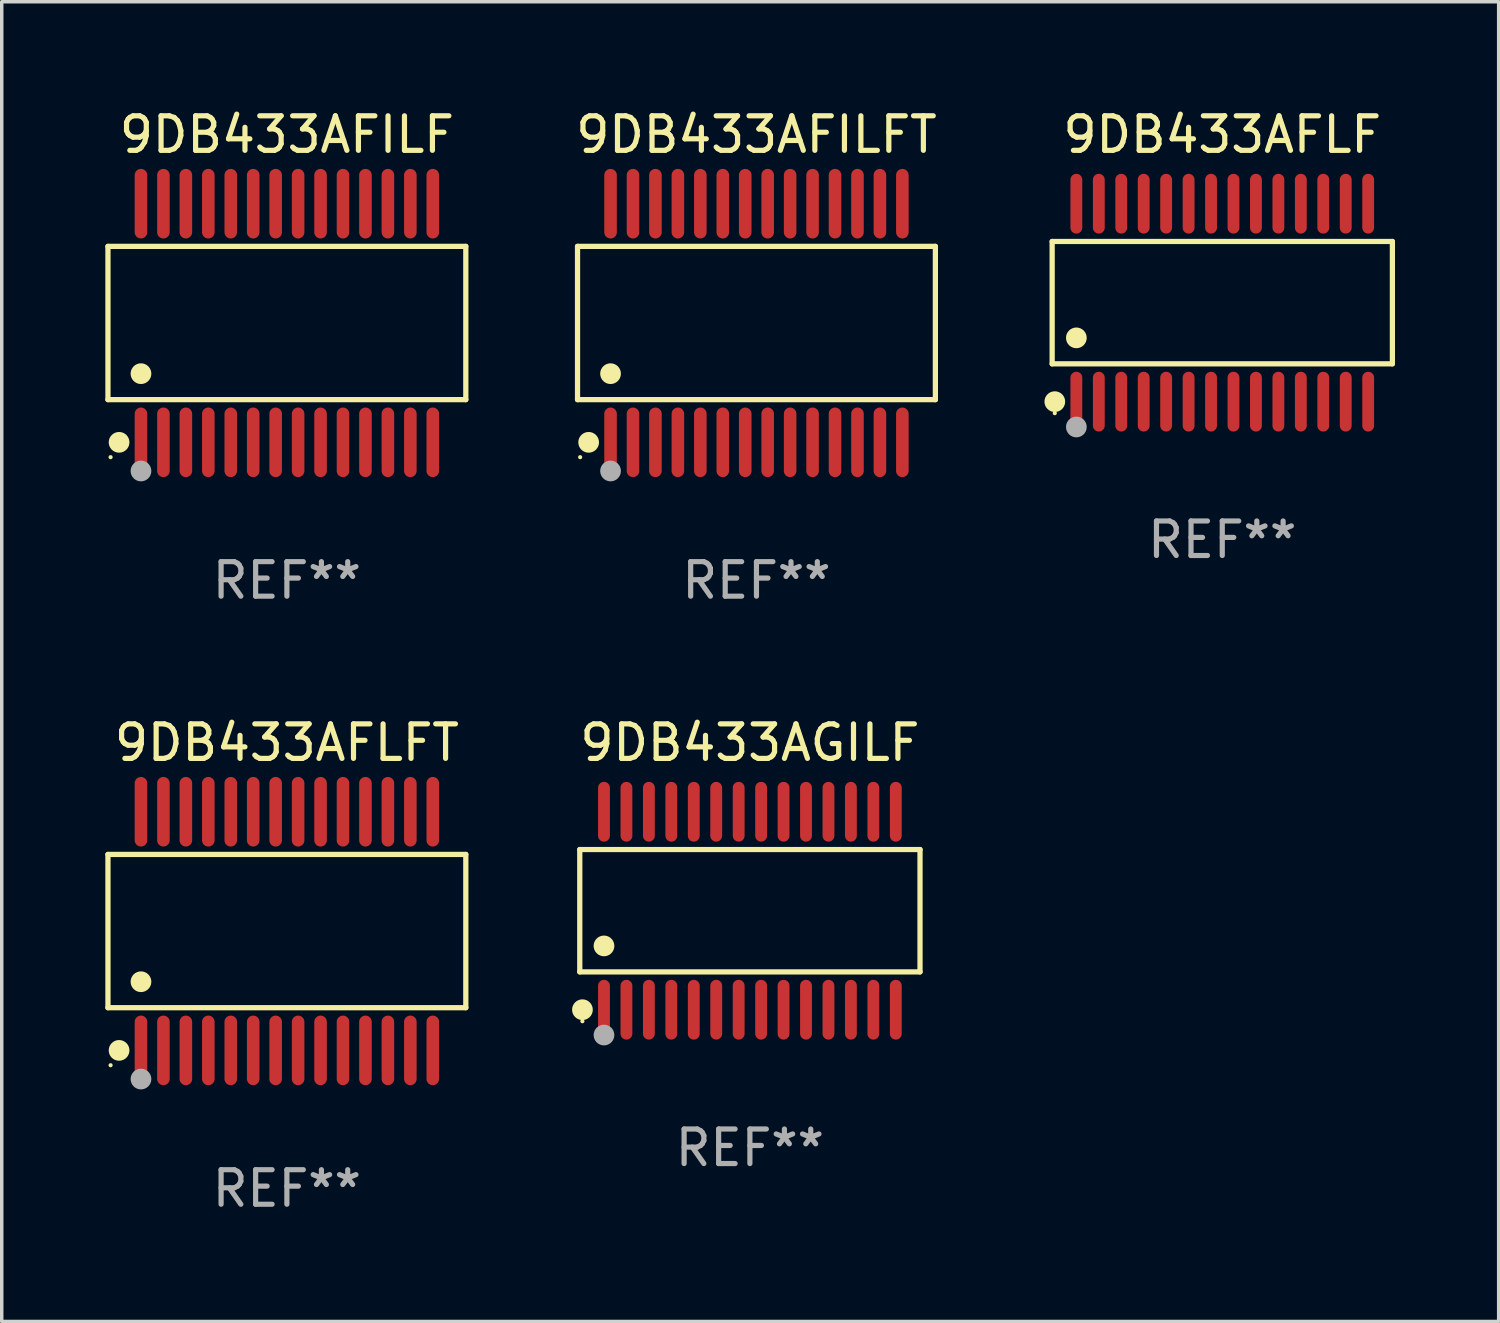
<source format=kicad_pcb>
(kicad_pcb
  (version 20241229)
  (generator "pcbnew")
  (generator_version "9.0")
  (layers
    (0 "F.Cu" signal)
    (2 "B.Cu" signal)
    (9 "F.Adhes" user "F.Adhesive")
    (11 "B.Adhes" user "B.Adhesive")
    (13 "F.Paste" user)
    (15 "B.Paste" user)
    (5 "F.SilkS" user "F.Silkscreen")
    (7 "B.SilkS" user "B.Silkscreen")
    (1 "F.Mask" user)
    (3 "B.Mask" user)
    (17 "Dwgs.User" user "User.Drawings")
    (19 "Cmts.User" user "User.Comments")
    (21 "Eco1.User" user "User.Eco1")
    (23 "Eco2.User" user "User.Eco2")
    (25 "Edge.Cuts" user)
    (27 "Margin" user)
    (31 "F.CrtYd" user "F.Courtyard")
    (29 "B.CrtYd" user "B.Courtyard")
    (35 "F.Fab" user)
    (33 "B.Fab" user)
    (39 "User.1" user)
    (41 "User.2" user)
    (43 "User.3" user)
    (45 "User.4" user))
  (footprint "9DB433AFILF"
    (layer "F.Cu")
    (at 5.257 6.303)
    (property "Reference" "9DB433AFILF" (at 0 -5.455 0) (layer "F.SilkS") (effects (font (size 1 1) (thickness 0.15))))
    (attr through_hole)
    (fp_line (start -5.181 -2.219) (end 5.181 -2.219) (stroke (width 0.152) (type solid)) (layer "F.SilkS"))
    (fp_line (start -5.181 2.219) (end -5.181 -2.219) (stroke (width 0.152) (type solid)) (layer "F.SilkS"))
    (fp_line (start 5.181 -2.219) (end 5.181 2.219) (stroke (width 0.152) (type solid)) (layer "F.SilkS"))
    (fp_line (start 5.181 2.219) (end -5.181 2.219) (stroke (width 0.152) (type solid)) (layer "F.SilkS"))
    (fp_circle (center -5.105 3.885) (end -5.075 3.885) (stroke (width 0.06) (type solid)) (fill no) (layer "F.SilkS"))
    (fp_circle (center -4.859 3.455) (end -4.709 3.455) (stroke (width 0.3) (type solid)) (fill no) (layer "F.SilkS"))
    (fp_circle (center -4.225 1.467) (end -4.075 1.467) (stroke (width 0.3) (type solid)) (fill no) (layer "F.SilkS"))
    (fp_circle (center -4.225 4.285) (end -4.075 4.285) (stroke (width 0.3) (type solid)) (fill no) (layer "F.Fab"))
    (fp_text user "REF**" (at 0 7.455 0) (layer "F.Fab") (effects (font (size 1 1) (thickness 0.15))))
    (pad "1" smd oval (at -4.225 3.455) (size 0.364 2.015) (layers "F.Cu" "F.Mask" "F.Paste"))
    (pad "2" smd oval (at -3.575 3.455) (size 0.364 2.015) (layers "F.Cu" "F.Mask" "F.Paste"))
    (pad "3" smd oval (at -2.925 3.455) (size 0.364 2.015) (layers "F.Cu" "F.Mask" "F.Paste"))
    (pad "4" smd oval (at -2.275 3.455) (size 0.364 2.015) (layers "F.Cu" "F.Mask" "F.Paste"))
    (pad "5" smd oval (at -1.625 3.455) (size 0.364 2.015) (layers "F.Cu" "F.Mask" "F.Paste"))
    (pad "6" smd oval (at -0.975 3.455) (size 0.364 2.015) (layers "F.Cu" "F.Mask" "F.Paste"))
    (pad "7" smd oval (at -0.325 3.455) (size 0.364 2.015) (layers "F.Cu" "F.Mask" "F.Paste"))
    (pad "8" smd oval (at 0.325 3.455) (size 0.364 2.015) (layers "F.Cu" "F.Mask" "F.Paste"))
    (pad "9" smd oval (at 0.975 3.455) (size 0.364 2.015) (layers "F.Cu" "F.Mask" "F.Paste"))
    (pad "10" smd oval (at 1.625 3.455) (size 0.364 2.015) (layers "F.Cu" "F.Mask" "F.Paste"))
    (pad "11" smd oval (at 2.275 3.455) (size 0.364 2.015) (layers "F.Cu" "F.Mask" "F.Paste"))
    (pad "12" smd oval (at 2.925 3.455) (size 0.364 2.015) (layers "F.Cu" "F.Mask" "F.Paste"))
    (pad "13" smd oval (at 3.575 3.455) (size 0.364 2.015) (layers "F.Cu" "F.Mask" "F.Paste"))
    (pad "14" smd oval (at 4.225 3.455) (size 0.364 2.015) (layers "F.Cu" "F.Mask" "F.Paste"))
    (pad "15" smd oval (at 4.225 -3.455) (size 0.364 2.015) (layers "F.Cu" "F.Mask" "F.Paste"))
    (pad "16" smd oval (at 3.575 -3.455) (size 0.364 2.015) (layers "F.Cu" "F.Mask" "F.Paste"))
    (pad "17" smd oval (at 2.925 -3.455) (size 0.364 2.015) (layers "F.Cu" "F.Mask" "F.Paste"))
    (pad "18" smd oval (at 2.275 -3.455) (size 0.364 2.015) (layers "F.Cu" "F.Mask" "F.Paste"))
    (pad "19" smd oval (at 1.625 -3.455) (size 0.364 2.015) (layers "F.Cu" "F.Mask" "F.Paste"))
    (pad "20" smd oval (at 0.975 -3.455) (size 0.364 2.015) (layers "F.Cu" "F.Mask" "F.Paste"))
    (pad "21" smd oval (at 0.325 -3.455) (size 0.364 2.015) (layers "F.Cu" "F.Mask" "F.Paste"))
    (pad "22" smd oval (at -0.325 -3.455) (size 0.364 2.015) (layers "F.Cu" "F.Mask" "F.Paste"))
    (pad "23" smd oval (at -0.975 -3.455) (size 0.364 2.015) (layers "F.Cu" "F.Mask" "F.Paste"))
    (pad "24" smd oval (at -1.625 -3.455) (size 0.364 2.015) (layers "F.Cu" "F.Mask" "F.Paste"))
    (pad "25" smd oval (at -2.275 -3.455) (size 0.364 2.015) (layers "F.Cu" "F.Mask" "F.Paste"))
    (pad "26" smd oval (at -2.925 -3.455) (size 0.364 2.015) (layers "F.Cu" "F.Mask" "F.Paste"))
    (pad "27" smd oval (at -3.575 -3.455) (size 0.364 2.015) (layers "F.Cu" "F.Mask" "F.Paste"))
    (pad "28" smd oval (at -4.225 -3.455) (size 0.364 2.015) (layers "F.Cu" "F.Mask" "F.Paste")))
  (footprint "9DB433AGILF"
    (layer "F.Cu")
    (at 18.664 23.321)
    (property "Reference" "9DB433AGILF" (at 0 -4.866 0) (layer "F.SilkS") (effects (font (size 1 1) (thickness 0.15))))
    (attr through_hole)
    (fp_line (start -4.926 -1.772) (end 4.926 -1.772) (stroke (width 0.152) (type solid)) (layer "F.SilkS"))
    (fp_line (start -4.926 1.771) (end -4.926 -1.772) (stroke (width 0.152) (type solid)) (layer "F.SilkS"))
    (fp_line (start 4.926 -1.772) (end 4.926 1.771) (stroke (width 0.152) (type solid)) (layer "F.SilkS"))
    (fp_line (start 4.926 1.771) (end -4.926 1.771) (stroke (width 0.152) (type solid)) (layer "F.SilkS"))
    (fp_circle (center -4.85 3.2) (end -4.82 3.2) (stroke (width 0.06) (type solid)) (fill no) (layer "F.SilkS"))
    (fp_circle (center -4.849 2.866) (end -4.699 2.866) (stroke (width 0.3) (type solid)) (fill no) (layer "F.SilkS"))
    (fp_circle (center -4.225 1.019) (end -4.075 1.019) (stroke (width 0.3) (type solid)) (fill no) (layer "F.SilkS"))
    (fp_circle (center -4.225 3.6) (end -4.075 3.6) (stroke (width 0.3) (type solid)) (fill no) (layer "F.Fab"))
    (fp_text user "REF**" (at 0 6.866 0) (layer "F.Fab") (effects (font (size 1 1) (thickness 0.15))))
    (pad "1" smd oval (at -4.225 2.866) (size 0.343 1.731) (layers "F.Cu" "F.Mask" "F.Paste"))
    (pad "2" smd oval (at -3.575 2.866) (size 0.343 1.731) (layers "F.Cu" "F.Mask" "F.Paste"))
    (pad "3" smd oval (at -2.925 2.866) (size 0.343 1.731) (layers "F.Cu" "F.Mask" "F.Paste"))
    (pad "4" smd oval (at -2.275 2.866) (size 0.343 1.731) (layers "F.Cu" "F.Mask" "F.Paste"))
    (pad "5" smd oval (at -1.625 2.866) (size 0.343 1.731) (layers "F.Cu" "F.Mask" "F.Paste"))
    (pad "6" smd oval (at -0.975 2.866) (size 0.343 1.731) (layers "F.Cu" "F.Mask" "F.Paste"))
    (pad "7" smd oval (at -0.325 2.866) (size 0.343 1.731) (layers "F.Cu" "F.Mask" "F.Paste"))
    (pad "8" smd oval (at 0.325 2.866) (size 0.343 1.731) (layers "F.Cu" "F.Mask" "F.Paste"))
    (pad "9" smd oval (at 0.975 2.866) (size 0.343 1.731) (layers "F.Cu" "F.Mask" "F.Paste"))
    (pad "10" smd oval (at 1.625 2.866) (size 0.343 1.731) (layers "F.Cu" "F.Mask" "F.Paste"))
    (pad "11" smd oval (at 2.275 2.866) (size 0.343 1.731) (layers "F.Cu" "F.Mask" "F.Paste"))
    (pad "12" smd oval (at 2.925 2.866) (size 0.343 1.731) (layers "F.Cu" "F.Mask" "F.Paste"))
    (pad "13" smd oval (at 3.575 2.866) (size 0.343 1.731) (layers "F.Cu" "F.Mask" "F.Paste"))
    (pad "14" smd oval (at 4.225 2.866) (size 0.343 1.731) (layers "F.Cu" "F.Mask" "F.Paste"))
    (pad "15" smd oval (at 4.225 -2.866) (size 0.343 1.731) (layers "F.Cu" "F.Mask" "F.Paste"))
    (pad "16" smd oval (at 3.575 -2.866) (size 0.343 1.731) (layers "F.Cu" "F.Mask" "F.Paste"))
    (pad "17" smd oval (at 2.925 -2.866) (size 0.343 1.731) (layers "F.Cu" "F.Mask" "F.Paste"))
    (pad "18" smd oval (at 2.275 -2.866) (size 0.343 1.731) (layers "F.Cu" "F.Mask" "F.Paste"))
    (pad "19" smd oval (at 1.625 -2.866) (size 0.343 1.731) (layers "F.Cu" "F.Mask" "F.Paste"))
    (pad "20" smd oval (at 0.975 -2.866) (size 0.343 1.731) (layers "F.Cu" "F.Mask" "F.Paste"))
    (pad "21" smd oval (at 0.325 -2.866) (size 0.343 1.731) (layers "F.Cu" "F.Mask" "F.Paste"))
    (pad "22" smd oval (at -0.325 -2.866) (size 0.343 1.731) (layers "F.Cu" "F.Mask" "F.Paste"))
    (pad "23" smd oval (at -0.975 -2.866) (size 0.343 1.731) (layers "F.Cu" "F.Mask" "F.Paste"))
    (pad "24" smd oval (at -1.625 -2.866) (size 0.343 1.731) (layers "F.Cu" "F.Mask" "F.Paste"))
    (pad "25" smd oval (at -2.275 -2.866) (size 0.343 1.731) (layers "F.Cu" "F.Mask" "F.Paste"))
    (pad "26" smd oval (at -2.925 -2.866) (size 0.343 1.731) (layers "F.Cu" "F.Mask" "F.Paste"))
    (pad "27" smd oval (at -3.575 -2.866) (size 0.343 1.731) (layers "F.Cu" "F.Mask" "F.Paste"))
    (pad "28" smd oval (at -4.225 -2.866) (size 0.343 1.731) (layers "F.Cu" "F.Mask" "F.Paste")))
  (footprint "9DB433AFLF"
    (layer "F.Cu")
    (at 32.342 5.714)
    (property "Reference" "9DB433AFLF" (at 0 -4.866 0) (layer "F.SilkS") (effects (font (size 1 1) (thickness 0.15))))
    (attr through_hole)
    (fp_line (start -4.926 -1.772) (end 4.926 -1.772) (stroke (width 0.152) (type solid)) (layer "F.SilkS"))
    (fp_line (start -4.926 1.771) (end -4.926 -1.772) (stroke (width 0.152) (type solid)) (layer "F.SilkS"))
    (fp_line (start 4.926 -1.772) (end 4.926 1.771) (stroke (width 0.152) (type solid)) (layer "F.SilkS"))
    (fp_line (start 4.926 1.771) (end -4.926 1.771) (stroke (width 0.152) (type solid)) (layer "F.SilkS"))
    (fp_circle (center -4.85 3.2) (end -4.82 3.2) (stroke (width 0.06) (type solid)) (fill no) (layer "F.SilkS"))
    (fp_circle (center -4.849 2.866) (end -4.699 2.866) (stroke (width 0.3) (type solid)) (fill no) (layer "F.SilkS"))
    (fp_circle (center -4.225 1.019) (end -4.075 1.019) (stroke (width 0.3) (type solid)) (fill no) (layer "F.SilkS"))
    (fp_circle (center -4.225 3.6) (end -4.075 3.6) (stroke (width 0.3) (type solid)) (fill no) (layer "F.Fab"))
    (fp_text user "REF**" (at 0 6.866 0) (layer "F.Fab") (effects (font (size 1 1) (thickness 0.15))))
    (pad "1" smd oval (at -4.225 2.866) (size 0.343 1.731) (layers "F.Cu" "F.Mask" "F.Paste"))
    (pad "2" smd oval (at -3.575 2.866) (size 0.343 1.731) (layers "F.Cu" "F.Mask" "F.Paste"))
    (pad "3" smd oval (at -2.925 2.866) (size 0.343 1.731) (layers "F.Cu" "F.Mask" "F.Paste"))
    (pad "4" smd oval (at -2.275 2.866) (size 0.343 1.731) (layers "F.Cu" "F.Mask" "F.Paste"))
    (pad "5" smd oval (at -1.625 2.866) (size 0.343 1.731) (layers "F.Cu" "F.Mask" "F.Paste"))
    (pad "6" smd oval (at -0.975 2.866) (size 0.343 1.731) (layers "F.Cu" "F.Mask" "F.Paste"))
    (pad "7" smd oval (at -0.325 2.866) (size 0.343 1.731) (layers "F.Cu" "F.Mask" "F.Paste"))
    (pad "8" smd oval (at 0.325 2.866) (size 0.343 1.731) (layers "F.Cu" "F.Mask" "F.Paste"))
    (pad "9" smd oval (at 0.975 2.866) (size 0.343 1.731) (layers "F.Cu" "F.Mask" "F.Paste"))
    (pad "10" smd oval (at 1.625 2.866) (size 0.343 1.731) (layers "F.Cu" "F.Mask" "F.Paste"))
    (pad "11" smd oval (at 2.275 2.866) (size 0.343 1.731) (layers "F.Cu" "F.Mask" "F.Paste"))
    (pad "12" smd oval (at 2.925 2.866) (size 0.343 1.731) (layers "F.Cu" "F.Mask" "F.Paste"))
    (pad "13" smd oval (at 3.575 2.866) (size 0.343 1.731) (layers "F.Cu" "F.Mask" "F.Paste"))
    (pad "14" smd oval (at 4.225 2.866) (size 0.343 1.731) (layers "F.Cu" "F.Mask" "F.Paste"))
    (pad "15" smd oval (at 4.225 -2.866) (size 0.343 1.731) (layers "F.Cu" "F.Mask" "F.Paste"))
    (pad "16" smd oval (at 3.575 -2.866) (size 0.343 1.731) (layers "F.Cu" "F.Mask" "F.Paste"))
    (pad "17" smd oval (at 2.925 -2.866) (size 0.343 1.731) (layers "F.Cu" "F.Mask" "F.Paste"))
    (pad "18" smd oval (at 2.275 -2.866) (size 0.343 1.731) (layers "F.Cu" "F.Mask" "F.Paste"))
    (pad "19" smd oval (at 1.625 -2.866) (size 0.343 1.731) (layers "F.Cu" "F.Mask" "F.Paste"))
    (pad "20" smd oval (at 0.975 -2.866) (size 0.343 1.731) (layers "F.Cu" "F.Mask" "F.Paste"))
    (pad "21" smd oval (at 0.325 -2.866) (size 0.343 1.731) (layers "F.Cu" "F.Mask" "F.Paste"))
    (pad "22" smd oval (at -0.325 -2.866) (size 0.343 1.731) (layers "F.Cu" "F.Mask" "F.Paste"))
    (pad "23" smd oval (at -0.975 -2.866) (size 0.343 1.731) (layers "F.Cu" "F.Mask" "F.Paste"))
    (pad "24" smd oval (at -1.625 -2.866) (size 0.343 1.731) (layers "F.Cu" "F.Mask" "F.Paste"))
    (pad "25" smd oval (at -2.275 -2.866) (size 0.343 1.731) (layers "F.Cu" "F.Mask" "F.Paste"))
    (pad "26" smd oval (at -2.925 -2.866) (size 0.343 1.731) (layers "F.Cu" "F.Mask" "F.Paste"))
    (pad "27" smd oval (at -3.575 -2.866) (size 0.343 1.731) (layers "F.Cu" "F.Mask" "F.Paste"))
    (pad "28" smd oval (at -4.225 -2.866) (size 0.343 1.731) (layers "F.Cu" "F.Mask" "F.Paste")))
  (footprint "9DB433AFILFT"
    (layer "F.Cu")
    (at 18.854 6.303)
    (property "Reference" "9DB433AFILFT" (at 0 -5.455 0) (layer "F.SilkS") (effects (font (size 1 1) (thickness 0.15))))
    (attr through_hole)
    (fp_line (start -5.181 -2.219) (end 5.181 -2.219) (stroke (width 0.152) (type solid)) (layer "F.SilkS"))
    (fp_line (start -5.181 2.219) (end -5.181 -2.219) (stroke (width 0.152) (type solid)) (layer "F.SilkS"))
    (fp_line (start 5.181 -2.219) (end 5.181 2.219) (stroke (width 0.152) (type solid)) (layer "F.SilkS"))
    (fp_line (start 5.181 2.219) (end -5.181 2.219) (stroke (width 0.152) (type solid)) (layer "F.SilkS"))
    (fp_circle (center -5.105 3.885) (end -5.075 3.885) (stroke (width 0.06) (type solid)) (fill no) (layer "F.SilkS"))
    (fp_circle (center -4.859 3.455) (end -4.709 3.455) (stroke (width 0.3) (type solid)) (fill no) (layer "F.SilkS"))
    (fp_circle (center -4.225 1.467) (end -4.075 1.467) (stroke (width 0.3) (type solid)) (fill no) (layer "F.SilkS"))
    (fp_circle (center -4.225 4.285) (end -4.075 4.285) (stroke (width 0.3) (type solid)) (fill no) (layer "F.Fab"))
    (fp_text user "REF**" (at 0 7.455 0) (layer "F.Fab") (effects (font (size 1 1) (thickness 0.15))))
    (pad "1" smd oval (at -4.225 3.455) (size 0.364 2.015) (layers "F.Cu" "F.Mask" "F.Paste"))
    (pad "2" smd oval (at -3.575 3.455) (size 0.364 2.015) (layers "F.Cu" "F.Mask" "F.Paste"))
    (pad "3" smd oval (at -2.925 3.455) (size 0.364 2.015) (layers "F.Cu" "F.Mask" "F.Paste"))
    (pad "4" smd oval (at -2.275 3.455) (size 0.364 2.015) (layers "F.Cu" "F.Mask" "F.Paste"))
    (pad "5" smd oval (at -1.625 3.455) (size 0.364 2.015) (layers "F.Cu" "F.Mask" "F.Paste"))
    (pad "6" smd oval (at -0.975 3.455) (size 0.364 2.015) (layers "F.Cu" "F.Mask" "F.Paste"))
    (pad "7" smd oval (at -0.325 3.455) (size 0.364 2.015) (layers "F.Cu" "F.Mask" "F.Paste"))
    (pad "8" smd oval (at 0.325 3.455) (size 0.364 2.015) (layers "F.Cu" "F.Mask" "F.Paste"))
    (pad "9" smd oval (at 0.975 3.455) (size 0.364 2.015) (layers "F.Cu" "F.Mask" "F.Paste"))
    (pad "10" smd oval (at 1.625 3.455) (size 0.364 2.015) (layers "F.Cu" "F.Mask" "F.Paste"))
    (pad "11" smd oval (at 2.275 3.455) (size 0.364 2.015) (layers "F.Cu" "F.Mask" "F.Paste"))
    (pad "12" smd oval (at 2.925 3.455) (size 0.364 2.015) (layers "F.Cu" "F.Mask" "F.Paste"))
    (pad "13" smd oval (at 3.575 3.455) (size 0.364 2.015) (layers "F.Cu" "F.Mask" "F.Paste"))
    (pad "14" smd oval (at 4.225 3.455) (size 0.364 2.015) (layers "F.Cu" "F.Mask" "F.Paste"))
    (pad "15" smd oval (at 4.225 -3.455) (size 0.364 2.015) (layers "F.Cu" "F.Mask" "F.Paste"))
    (pad "16" smd oval (at 3.575 -3.455) (size 0.364 2.015) (layers "F.Cu" "F.Mask" "F.Paste"))
    (pad "17" smd oval (at 2.925 -3.455) (size 0.364 2.015) (layers "F.Cu" "F.Mask" "F.Paste"))
    (pad "18" smd oval (at 2.275 -3.455) (size 0.364 2.015) (layers "F.Cu" "F.Mask" "F.Paste"))
    (pad "19" smd oval (at 1.625 -3.455) (size 0.364 2.015) (layers "F.Cu" "F.Mask" "F.Paste"))
    (pad "20" smd oval (at 0.975 -3.455) (size 0.364 2.015) (layers "F.Cu" "F.Mask" "F.Paste"))
    (pad "21" smd oval (at 0.325 -3.455) (size 0.364 2.015) (layers "F.Cu" "F.Mask" "F.Paste"))
    (pad "22" smd oval (at -0.325 -3.455) (size 0.364 2.015) (layers "F.Cu" "F.Mask" "F.Paste"))
    (pad "23" smd oval (at -0.975 -3.455) (size 0.364 2.015) (layers "F.Cu" "F.Mask" "F.Paste"))
    (pad "24" smd oval (at -1.625 -3.455) (size 0.364 2.015) (layers "F.Cu" "F.Mask" "F.Paste"))
    (pad "25" smd oval (at -2.275 -3.455) (size 0.364 2.015) (layers "F.Cu" "F.Mask" "F.Paste"))
    (pad "26" smd oval (at -2.925 -3.455) (size 0.364 2.015) (layers "F.Cu" "F.Mask" "F.Paste"))
    (pad "27" smd oval (at -3.575 -3.455) (size 0.364 2.015) (layers "F.Cu" "F.Mask" "F.Paste"))
    (pad "28" smd oval (at -4.225 -3.455) (size 0.364 2.015) (layers "F.Cu" "F.Mask" "F.Paste")))
  (footprint "9DB433AFLFT"
    (layer "F.Cu")
    (at 5.257 23.91)
    (property "Reference" "9DB433AFLFT" (at 0 -5.455 0) (layer "F.SilkS") (effects (font (size 1 1) (thickness 0.15))))
    (attr through_hole)
    (fp_line (start -5.181 -2.219) (end 5.181 -2.219) (stroke (width 0.152) (type solid)) (layer "F.SilkS"))
    (fp_line (start -5.181 2.219) (end -5.181 -2.219) (stroke (width 0.152) (type solid)) (layer "F.SilkS"))
    (fp_line (start 5.181 -2.219) (end 5.181 2.219) (stroke (width 0.152) (type solid)) (layer "F.SilkS"))
    (fp_line (start 5.181 2.219) (end -5.181 2.219) (stroke (width 0.152) (type solid)) (layer "F.SilkS"))
    (fp_circle (center -5.105 3.885) (end -5.075 3.885) (stroke (width 0.06) (type solid)) (fill no) (layer "F.SilkS"))
    (fp_circle (center -4.859 3.455) (end -4.709 3.455) (stroke (width 0.3) (type solid)) (fill no) (layer "F.SilkS"))
    (fp_circle (center -4.225 1.467) (end -4.075 1.467) (stroke (width 0.3) (type solid)) (fill no) (layer "F.SilkS"))
    (fp_circle (center -4.225 4.285) (end -4.075 4.285) (stroke (width 0.3) (type solid)) (fill no) (layer "F.Fab"))
    (fp_text user "REF**" (at 0 7.455 0) (layer "F.Fab") (effects (font (size 1 1) (thickness 0.15))))
    (pad "1" smd oval (at -4.225 3.455) (size 0.364 2.015) (layers "F.Cu" "F.Mask" "F.Paste"))
    (pad "2" smd oval (at -3.575 3.455) (size 0.364 2.015) (layers "F.Cu" "F.Mask" "F.Paste"))
    (pad "3" smd oval (at -2.925 3.455) (size 0.364 2.015) (layers "F.Cu" "F.Mask" "F.Paste"))
    (pad "4" smd oval (at -2.275 3.455) (size 0.364 2.015) (layers "F.Cu" "F.Mask" "F.Paste"))
    (pad "5" smd oval (at -1.625 3.455) (size 0.364 2.015) (layers "F.Cu" "F.Mask" "F.Paste"))
    (pad "6" smd oval (at -0.975 3.455) (size 0.364 2.015) (layers "F.Cu" "F.Mask" "F.Paste"))
    (pad "7" smd oval (at -0.325 3.455) (size 0.364 2.015) (layers "F.Cu" "F.Mask" "F.Paste"))
    (pad "8" smd oval (at 0.325 3.455) (size 0.364 2.015) (layers "F.Cu" "F.Mask" "F.Paste"))
    (pad "9" smd oval (at 0.975 3.455) (size 0.364 2.015) (layers "F.Cu" "F.Mask" "F.Paste"))
    (pad "10" smd oval (at 1.625 3.455) (size 0.364 2.015) (layers "F.Cu" "F.Mask" "F.Paste"))
    (pad "11" smd oval (at 2.275 3.455) (size 0.364 2.015) (layers "F.Cu" "F.Mask" "F.Paste"))
    (pad "12" smd oval (at 2.925 3.455) (size 0.364 2.015) (layers "F.Cu" "F.Mask" "F.Paste"))
    (pad "13" smd oval (at 3.575 3.455) (size 0.364 2.015) (layers "F.Cu" "F.Mask" "F.Paste"))
    (pad "14" smd oval (at 4.225 3.455) (size 0.364 2.015) (layers "F.Cu" "F.Mask" "F.Paste"))
    (pad "15" smd oval (at 4.225 -3.455) (size 0.364 2.015) (layers "F.Cu" "F.Mask" "F.Paste"))
    (pad "16" smd oval (at 3.575 -3.455) (size 0.364 2.015) (layers "F.Cu" "F.Mask" "F.Paste"))
    (pad "17" smd oval (at 2.925 -3.455) (size 0.364 2.015) (layers "F.Cu" "F.Mask" "F.Paste"))
    (pad "18" smd oval (at 2.275 -3.455) (size 0.364 2.015) (layers "F.Cu" "F.Mask" "F.Paste"))
    (pad "19" smd oval (at 1.625 -3.455) (size 0.364 2.015) (layers "F.Cu" "F.Mask" "F.Paste"))
    (pad "20" smd oval (at 0.975 -3.455) (size 0.364 2.015) (layers "F.Cu" "F.Mask" "F.Paste"))
    (pad "21" smd oval (at 0.325 -3.455) (size 0.364 2.015) (layers "F.Cu" "F.Mask" "F.Paste"))
    (pad "22" smd oval (at -0.325 -3.455) (size 0.364 2.015) (layers "F.Cu" "F.Mask" "F.Paste"))
    (pad "23" smd oval (at -0.975 -3.455) (size 0.364 2.015) (layers "F.Cu" "F.Mask" "F.Paste"))
    (pad "24" smd oval (at -1.625 -3.455) (size 0.364 2.015) (layers "F.Cu" "F.Mask" "F.Paste"))
    (pad "25" smd oval (at -2.275 -3.455) (size 0.364 2.015) (layers "F.Cu" "F.Mask" "F.Paste"))
    (pad "26" smd oval (at -2.925 -3.455) (size 0.364 2.015) (layers "F.Cu" "F.Mask" "F.Paste"))
    (pad "27" smd oval (at -3.575 -3.455) (size 0.364 2.015) (layers "F.Cu" "F.Mask" "F.Paste"))
    (pad "28" smd oval (at -4.225 -3.455) (size 0.364 2.015) (layers "F.Cu" "F.Mask" "F.Paste")))
  (gr_rect
    (start -3 -3)
    (end 40.345 35.214)
    (stroke (width 0.1) (type default))
    (fill no)
    (layer "Edge.Cuts")))
</source>
